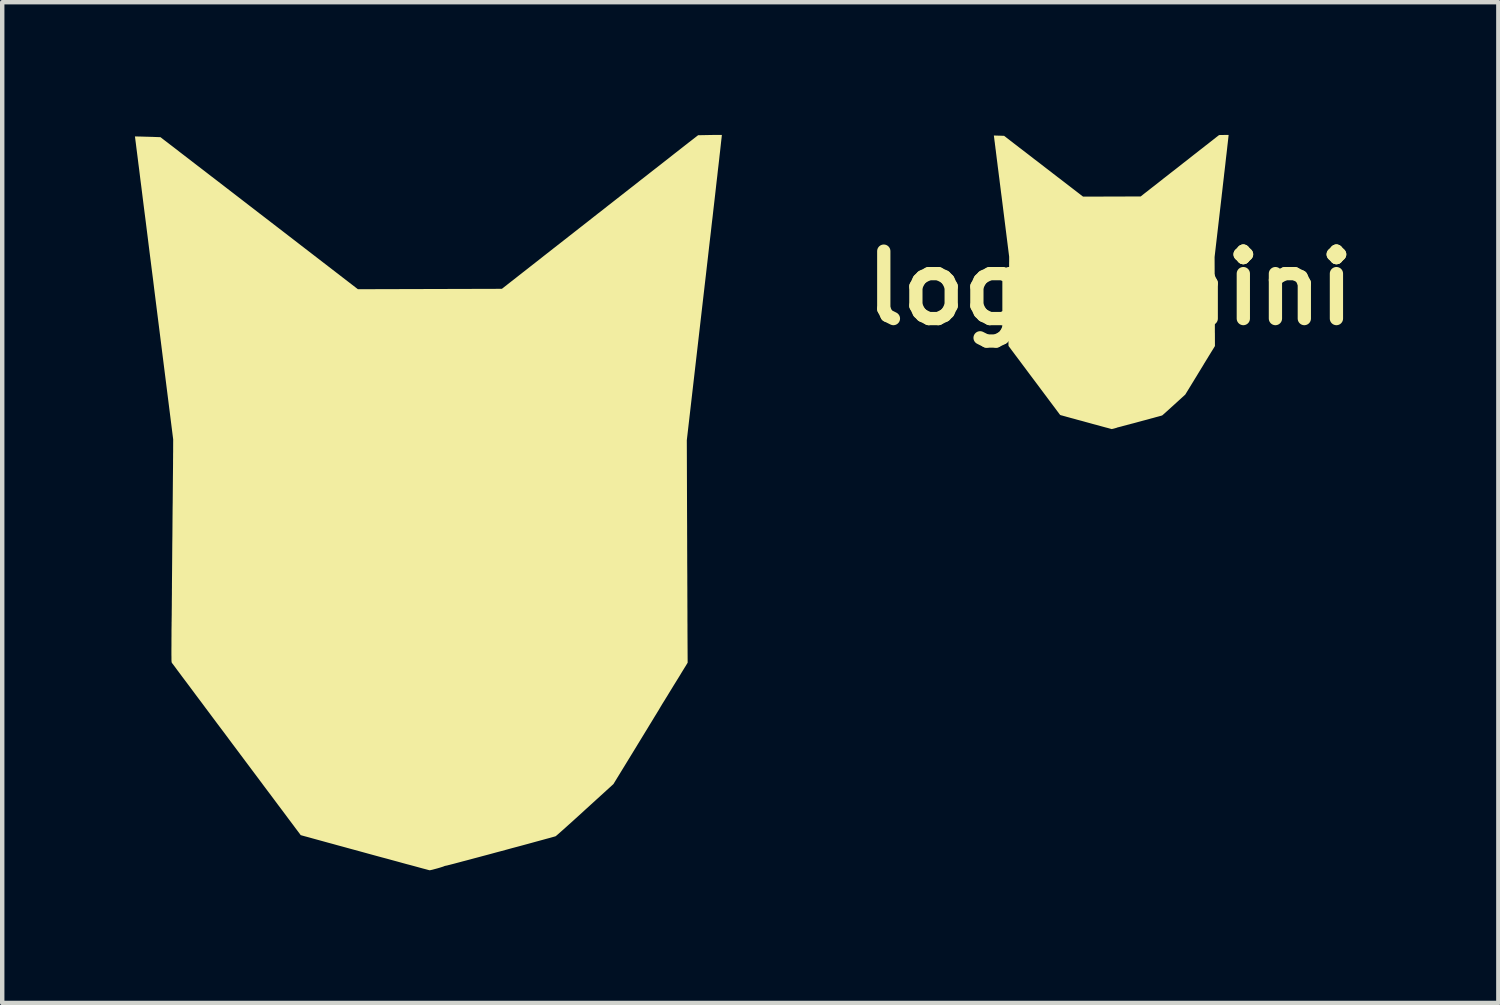
<source format=kicad_pcb>
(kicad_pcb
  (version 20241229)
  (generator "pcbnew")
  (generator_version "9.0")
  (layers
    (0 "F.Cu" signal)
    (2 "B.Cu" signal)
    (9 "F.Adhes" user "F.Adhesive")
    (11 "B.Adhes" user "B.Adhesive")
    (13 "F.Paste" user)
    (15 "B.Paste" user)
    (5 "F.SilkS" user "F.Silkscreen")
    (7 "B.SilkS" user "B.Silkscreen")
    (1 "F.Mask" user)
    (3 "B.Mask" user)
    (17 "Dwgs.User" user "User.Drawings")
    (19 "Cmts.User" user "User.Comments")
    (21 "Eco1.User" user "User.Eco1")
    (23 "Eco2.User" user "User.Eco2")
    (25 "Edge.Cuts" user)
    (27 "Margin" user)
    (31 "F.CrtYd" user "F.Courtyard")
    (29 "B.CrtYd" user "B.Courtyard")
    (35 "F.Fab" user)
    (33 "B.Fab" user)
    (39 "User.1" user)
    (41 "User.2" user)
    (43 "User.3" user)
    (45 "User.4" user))
  (footprint "logo_mini"
    (layer "F.Cu")
    (at 22.045 3.462)
    (property "Reference" "logo_mini" (at 0 0 0) (layer "F.SilkS") (effects (font (size 1.524 1.524) (thickness 0.3))))
    (attr board_only exclude_from_pos_files exclude_from_bom)
    (fp_poly (pts (xy 2.663 -3.462) (xy 2.673 -3.462) (xy 2.678 -3.462) (xy 2.679 -3.461) (xy 2.679 -3.459) (xy 2.678 -3.452) (xy 2.677 -3.439) (xy 2.675 -3.423) (xy 2.673 -3.402) (xy 2.67 -3.377) (xy 2.667 -3.347) (xy 2.663 -3.314) (xy 2.659 -3.277) (xy 2.654 -3.236) (xy 2.649 -3.191) (xy 2.644 -3.143) (xy 2.638 -3.092) (xy 2.632 -3.038) (xy 2.625 -2.981) (xy 2.618 -2.921) (xy 2.611 -2.858) (xy 2.604 -2.793) (xy 2.596 -2.725) (xy 2.588 -2.655) (xy 2.579 -2.582) (xy 2.571 -2.508) (xy 2.562 -2.432) (xy 2.553 -2.354) (xy 2.544 -2.275) (xy 2.535 -2.194) (xy 2.525 -2.112) (xy 2.522 -2.081) (xy 2.362 -0.701) (xy 2.365 0.015) (xy 2.365 0.078) (xy 2.365 0.143) (xy 2.366 0.207) (xy 2.366 0.272) (xy 2.366 0.336) (xy 2.366 0.399) (xy 2.366 0.462) (xy 2.367 0.524) (xy 2.367 0.584) (xy 2.367 0.642) (xy 2.367 0.697) (xy 2.367 0.751) (xy 2.368 0.801) (xy 2.368 0.849) (xy 2.368 0.893) (xy 2.368 0.933) (xy 2.368 0.969) (xy 2.368 1) (xy 2.369 1.021) (xy 2.37 1.311) (xy 2.349 1.345) (xy 2.343 1.355) (xy 2.335 1.368) (xy 2.325 1.384) (xy 2.314 1.402) (xy 2.301 1.423) (xy 2.287 1.445) (xy 2.273 1.468) (xy 2.258 1.493) (xy 2.243 1.517) (xy 2.228 1.541) (xy 2.214 1.565) (xy 2.2 1.588) (xy 2.186 1.61) (xy 2.174 1.63) (xy 2.163 1.647) (xy 2.154 1.663) (xy 2.146 1.675) (xy 2.141 1.684) (xy 2.138 1.689) (xy 2.138 1.689) (xy 2.131 1.699) (xy 2.125 1.709) (xy 2.121 1.716) (xy 2.119 1.72) (xy 2.115 1.727) (xy 2.108 1.739) (xy 2.099 1.753) (xy 2.088 1.772) (xy 2.075 1.793) (xy 2.06 1.817) (xy 2.044 1.844) (xy 2.026 1.873) (xy 2.007 1.904) (xy 1.987 1.937) (xy 1.966 1.972) (xy 1.944 2.008) (xy 1.921 2.045) (xy 1.907 2.068) (xy 1.699 2.408) (xy 1.442 2.642) (xy 1.411 2.67) (xy 1.381 2.697) (xy 1.353 2.723) (xy 1.326 2.747) (xy 1.3 2.771) (xy 1.276 2.792) (xy 1.254 2.812) (xy 1.235 2.829) (xy 1.218 2.844) (xy 1.203 2.857) (xy 1.192 2.867) (xy 1.183 2.874) (xy 1.178 2.878) (xy 1.177 2.879) (xy 1.173 2.881) (xy 1.164 2.883) (xy 1.151 2.887) (xy 1.134 2.892) (xy 1.114 2.897) (xy 1.09 2.904) (xy 1.063 2.911) (xy 1.033 2.919) (xy 1.001 2.928) (xy 0.966 2.938) (xy 0.93 2.947) (xy 0.891 2.958) (xy 0.852 2.969) (xy 0.811 2.98) (xy 0.769 2.991) (xy 0.727 3.002) (xy 0.684 3.014) (xy 0.642 3.025) (xy 0.599 3.037) (xy 0.558 3.048) (xy 0.517 3.059) (xy 0.477 3.069) (xy 0.439 3.08) (xy 0.402 3.089) (xy 0.367 3.099) (xy 0.335 3.107) (xy 0.305 3.115) (xy 0.278 3.122) (xy 0.254 3.129) (xy 0.234 3.134) (xy 0.217 3.138) (xy 0.204 3.142) (xy 0.195 3.144) (xy 0.191 3.145) (xy 0.191 3.145) (xy 0.18 3.147) (xy 0.17 3.149) (xy 0.165 3.152) (xy 0.16 3.154) (xy 0.151 3.157) (xy 0.14 3.161) (xy 0.126 3.165) (xy 0.11 3.169) (xy 0.094 3.174) (xy 0.079 3.178) (xy 0.065 3.181) (xy 0.052 3.184) (xy 0.043 3.186) (xy 0.038 3.187) (xy 0.037 3.187) (xy 0.034 3.187) (xy 0.027 3.185) (xy 0.015 3.182) (xy -0.001 3.177) (xy -0.022 3.172) (xy -0.045 3.165) (xy -0.073 3.158) (xy -0.104 3.15) (xy -0.137 3.141) (xy -0.174 3.131) (xy -0.214 3.12) (xy -0.256 3.108) (xy -0.3 3.096) (xy -0.347 3.084) (xy -0.395 3.071) (xy -0.445 3.057) (xy -0.496 3.043) (xy -0.548 3.029) (xy -0.601 3.014) (xy -0.652 3) (xy -0.702 2.987) (xy -0.75 2.974) (xy -0.796 2.961) (xy -0.84 2.949) (xy -0.882 2.938) (xy -0.921 2.927) (xy -0.958 2.917) (xy -0.991 2.908) (xy -1.022 2.899) (xy -1.049 2.892) (xy -1.072 2.885) (xy -1.092 2.88) (xy -1.108 2.876) (xy -1.119 2.872) (xy -1.126 2.87) (xy -1.129 2.87) (xy -1.129 2.87) (xy -1.13 2.867) (xy -1.135 2.861) (xy -1.142 2.852) (xy -1.152 2.839) (xy -1.164 2.822) (xy -1.179 2.802) (xy -1.196 2.78) (xy -1.215 2.754) (xy -1.236 2.726) (xy -1.259 2.695) (xy -1.284 2.662) (xy -1.31 2.627) (xy -1.338 2.59) (xy -1.368 2.55) (xy -1.398 2.51) (xy -1.43 2.467) (xy -1.462 2.424) (xy -1.496 2.379) (xy -1.53 2.333) (xy -1.565 2.287) (xy -1.6 2.239) (xy -1.636 2.191) (xy -1.672 2.143) (xy -1.708 2.095) (xy -1.745 2.046) (xy -1.781 1.998) (xy -1.817 1.95) (xy -1.852 1.903) (xy -1.887 1.856) (xy -1.921 1.81) (xy -1.955 1.765) (xy -1.988 1.721) (xy -2.02 1.678) (xy -2.05 1.637) (xy -2.08 1.598) (xy -2.108 1.56) (xy -2.135 1.525) (xy -2.16 1.491) (xy -2.183 1.46) (xy -2.204 1.432) (xy -2.224 1.406) (xy -2.241 1.382) (xy -2.256 1.362) (xy -2.269 1.345) (xy -2.279 1.331) (xy -2.287 1.321) (xy -2.292 1.314) (xy -2.294 1.311) (xy -2.294 1.311) (xy -2.295 1.31) (xy -2.296 1.307) (xy -2.296 1.304) (xy -2.297 1.299) (xy -2.297 1.292) (xy -2.297 1.283) (xy -2.298 1.271) (xy -2.298 1.256) (xy -2.298 1.238) (xy -2.298 1.216) (xy -2.298 1.19) (xy -2.298 1.159) (xy -2.298 1.154) (xy -2.298 1.125) (xy -2.298 1.096) (xy -2.297 1.067) (xy -2.297 1.039) (xy -2.297 1.014) (xy -2.297 0.99) (xy -2.297 0.97) (xy -2.296 0.954) (xy -2.296 0.946) (xy -2.296 0.935) (xy -2.296 0.918) (xy -2.296 0.898) (xy -2.295 0.875) (xy -2.295 0.848) (xy -2.295 0.819) (xy -2.295 0.789) (xy -2.294 0.756) (xy -2.294 0.723) (xy -2.294 0.69) (xy -2.294 0.68) (xy -2.294 0.656) (xy -2.293 0.627) (xy -2.293 0.594) (xy -2.293 0.557) (xy -2.292 0.516) (xy -2.292 0.473) (xy -2.292 0.427) (xy -2.291 0.378) (xy -2.291 0.328) (xy -2.29 0.276) (xy -2.29 0.222) (xy -2.289 0.168) (xy -2.289 0.114) (xy -2.288 0.059) (xy -2.288 0.005) (xy -2.288 -0.036) (xy -2.287 -0.088) (xy -2.287 -0.138) (xy -2.286 -0.188) (xy -2.286 -0.237) (xy -2.285 -0.284) (xy -2.285 -0.329) (xy -2.284 -0.373) (xy -2.284 -0.414) (xy -2.284 -0.452) (xy -2.283 -0.488) (xy -2.283 -0.52) (xy -2.283 -0.549) (xy -2.283 -0.574) (xy -2.282 -0.595) (xy -2.282 -0.612) (xy -2.282 -0.624) (xy -2.282 -0.626) (xy -2.282 -0.709) (xy -2.453 -2.069) (xy -2.464 -2.151) (xy -2.474 -2.232) (xy -2.484 -2.311) (xy -2.494 -2.389) (xy -2.503 -2.465) (xy -2.513 -2.54) (xy -2.522 -2.612) (xy -2.531 -2.683) (xy -2.54 -2.751) (xy -2.548 -2.817) (xy -2.556 -2.88) (xy -2.564 -2.941) (xy -2.571 -2.999) (xy -2.578 -3.054) (xy -2.584 -3.106) (xy -2.591 -3.155) (xy -2.596 -3.2) (xy -2.602 -3.242) (xy -2.606 -3.281) (xy -2.611 -3.315) (xy -2.615 -3.346) (xy -2.618 -3.372) (xy -2.621 -3.394) (xy -2.623 -3.412) (xy -2.625 -3.426) (xy -2.626 -3.434) (xy -2.627 -3.438) (xy -2.627 -3.439) (xy -2.628 -3.448) (xy -2.558 -3.447) (xy -2.537 -3.446) (xy -2.514 -3.445) (xy -2.492 -3.445) (xy -2.471 -3.444) (xy -2.453 -3.444) (xy -2.443 -3.443) (xy -2.397 -3.442) (xy -2.359 -3.413) (xy -2.353 -3.408) (xy -2.343 -3.4) (xy -2.329 -3.39) (xy -2.313 -3.377) (xy -2.293 -3.362) (xy -2.271 -3.345) (xy -2.246 -3.325) (xy -2.219 -3.305) (xy -2.19 -3.282) (xy -2.159 -3.258) (xy -2.126 -3.233) (xy -2.092 -3.207) (xy -2.058 -3.18) (xy -2.022 -3.153) (xy -2.001 -3.137) (xy -1.97 -3.113) (xy -1.934 -3.086) (xy -1.896 -3.056) (xy -1.854 -3.024) (xy -1.81 -2.99) (xy -1.763 -2.954) (xy -1.715 -2.916) (xy -1.664 -2.878) (xy -1.612 -2.838) (xy -1.559 -2.797) (xy -1.506 -2.756) (xy -1.452 -2.714) (xy -1.397 -2.672) (xy -1.343 -2.631) (xy -1.29 -2.589) (xy -1.237 -2.549) (xy -1.186 -2.509) (xy -1.146 -2.479) (xy -0.611 -2.067) (xy 0.691 -2.071) (xy 0.772 -2.135) (xy 0.795 -2.153) (xy 0.821 -2.173) (xy 0.85 -2.195) (xy 0.881 -2.22) (xy 0.915 -2.247) (xy 0.951 -2.275) (xy 0.99 -2.305) (xy 1.03 -2.336) (xy 1.072 -2.369) (xy 1.116 -2.404) (xy 1.161 -2.439) (xy 1.207 -2.476) (xy 1.255 -2.513) (xy 1.304 -2.551) (xy 1.353 -2.59) (xy 1.403 -2.629) (xy 1.454 -2.668) (xy 1.505 -2.708) (xy 1.556 -2.748) (xy 1.607 -2.788) (xy 1.657 -2.828) (xy 1.708 -2.867) (xy 1.758 -2.906) (xy 1.807 -2.945) (xy 1.855 -2.983) (xy 1.902 -3.02) (xy 1.949 -3.056) (xy 1.993 -3.091) (xy 2.036 -3.125) (xy 2.078 -3.157) (xy 2.118 -3.188) (xy 2.155 -3.218) (xy 2.191 -3.245) (xy 2.224 -3.271) (xy 2.254 -3.295) (xy 2.282 -3.317) (xy 2.307 -3.336) (xy 2.329 -3.354) (xy 2.348 -3.368) (xy 2.363 -3.38) (xy 2.375 -3.389) (xy 2.383 -3.396) (xy 2.385 -3.398) (xy 2.464 -3.459) (xy 2.571 -3.461) (xy 2.594 -3.461) (xy 2.615 -3.462) (xy 2.634 -3.462) (xy 2.65 -3.462)) (stroke (width 0) (type solid)) (fill yes) (layer "F.SilkS")))
  (footprint "logo"
    (layer "F.Cu")
    (at 6.57 8.655)
    (property "Reference" "logo" (at 0 0 0) (layer "F.SilkS") (effects (font (size 1.524 1.524) (thickness 0.3))))
    (attr board_only exclude_from_pos_files exclude_from_bom)
    (fp_poly (pts (xy 6.658 -8.655) (xy 6.682 -8.655) (xy 6.696 -8.654) (xy 6.698 -8.654) (xy 6.698 -8.647) (xy 6.696 -8.629) (xy 6.693 -8.599) (xy 6.688 -8.557) (xy 6.682 -8.505) (xy 6.675 -8.441) (xy 6.667 -8.368) (xy 6.658 -8.285) (xy 6.647 -8.192) (xy 6.636 -8.089) (xy 6.623 -7.978) (xy 6.609 -7.859) (xy 6.595 -7.731) (xy 6.579 -7.595) (xy 6.563 -7.452) (xy 6.546 -7.302) (xy 6.528 -7.145) (xy 6.509 -6.981) (xy 6.49 -6.812) (xy 6.469 -6.637) (xy 6.449 -6.456) (xy 6.427 -6.271) (xy 6.405 -6.08) (xy 6.383 -5.886) (xy 6.36 -5.687) (xy 6.337 -5.485) (xy 6.313 -5.28) (xy 6.304 -5.202) (xy 5.906 -1.753) (xy 5.912 0.037) (xy 5.913 0.196) (xy 5.913 0.356) (xy 5.914 0.518) (xy 5.914 0.679) (xy 5.915 0.839) (xy 5.915 0.999) (xy 5.916 1.155) (xy 5.917 1.309) (xy 5.917 1.459) (xy 5.918 1.604) (xy 5.918 1.744) (xy 5.919 1.877) (xy 5.919 2.003) (xy 5.92 2.122) (xy 5.92 2.231) (xy 5.92 2.331) (xy 5.921 2.421) (xy 5.921 2.5) (xy 5.921 2.552) (xy 5.925 3.276) (xy 5.873 3.362) (xy 5.857 3.387) (xy 5.837 3.42) (xy 5.812 3.46) (xy 5.784 3.506) (xy 5.753 3.558) (xy 5.719 3.613) (xy 5.683 3.671) (xy 5.646 3.731) (xy 5.608 3.792) (xy 5.571 3.853) (xy 5.534 3.913) (xy 5.499 3.97) (xy 5.466 4.025) (xy 5.435 4.074) (xy 5.408 4.119) (xy 5.384 4.157) (xy 5.365 4.187) (xy 5.352 4.209) (xy 5.344 4.221) (xy 5.344 4.222) (xy 5.329 4.247) (xy 5.313 4.273) (xy 5.303 4.291) (xy 5.298 4.299) (xy 5.287 4.318) (xy 5.27 4.347) (xy 5.247 4.384) (xy 5.22 4.429) (xy 5.187 4.482) (xy 5.15 4.543) (xy 5.11 4.609) (xy 5.065 4.682) (xy 5.018 4.76) (xy 4.967 4.843) (xy 4.914 4.93) (xy 4.859 5.02) (xy 4.802 5.113) (xy 4.767 5.171) (xy 4.247 6.02) (xy 3.604 6.605) (xy 3.528 6.675) (xy 3.453 6.743) (xy 3.382 6.807) (xy 3.314 6.869) (xy 3.25 6.926) (xy 3.19 6.98) (xy 3.136 7.029) (xy 3.087 7.072) (xy 3.044 7.11) (xy 3.008 7.142) (xy 2.979 7.167) (xy 2.958 7.185) (xy 2.945 7.196) (xy 2.942 7.198) (xy 2.931 7.202) (xy 2.91 7.208) (xy 2.878 7.217) (xy 2.836 7.229) (xy 2.785 7.243) (xy 2.725 7.259) (xy 2.657 7.278) (xy 2.583 7.298) (xy 2.502 7.32) (xy 2.415 7.344) (xy 2.324 7.369) (xy 2.228 7.395) (xy 2.129 7.422) (xy 2.027 7.449) (xy 1.922 7.477) (xy 1.817 7.506) (xy 1.71 7.535) (xy 1.604 7.563) (xy 1.498 7.592) (xy 1.394 7.62) (xy 1.292 7.647) (xy 1.192 7.674) (xy 1.097 7.699) (xy 1.005 7.724) (xy 0.918 7.747) (xy 0.837 7.768) (xy 0.763 7.788) (xy 0.695 7.806) (xy 0.635 7.822) (xy 0.584 7.835) (xy 0.542 7.846) (xy 0.509 7.854) (xy 0.488 7.86) (xy 0.477 7.862) (xy 0.477 7.862) (xy 0.45 7.867) (xy 0.425 7.874) (xy 0.411 7.88) (xy 0.4 7.885) (xy 0.378 7.892) (xy 0.349 7.901) (xy 0.314 7.912) (xy 0.276 7.923) (xy 0.236 7.934) (xy 0.198 7.944) (xy 0.162 7.954) (xy 0.131 7.961) (xy 0.108 7.966) (xy 0.094 7.968) (xy 0.093 7.968) (xy 0.085 7.967) (xy 0.066 7.962) (xy 0.037 7.954) (xy -0.004 7.943) (xy -0.054 7.93) (xy -0.113 7.914) (xy -0.182 7.895) (xy -0.259 7.874) (xy -0.344 7.851) (xy -0.436 7.827) (xy -0.534 7.8) (xy -0.639 7.771) (xy -0.75 7.741) (xy -0.866 7.709) (xy -0.987 7.677) (xy -1.112 7.643) (xy -1.24 7.608) (xy -1.371 7.572) (xy -1.502 7.536) (xy -1.63 7.501) (xy -1.755 7.467) (xy -1.875 7.434) (xy -1.99 7.403) (xy -2.101 7.372) (xy -2.205 7.344) (xy -2.303 7.317) (xy -2.394 7.292) (xy -2.478 7.269) (xy -2.554 7.248) (xy -2.622 7.229) (xy -2.68 7.213) (xy -2.73 7.2) (xy -2.769 7.189) (xy -2.798 7.181) (xy -2.815 7.176) (xy -2.822 7.174) (xy -2.822 7.174) (xy -2.826 7.169) (xy -2.837 7.154) (xy -2.855 7.129) (xy -2.88 7.096) (xy -2.911 7.055) (xy -2.948 7.006) (xy -2.99 6.949) (xy -3.038 6.885) (xy -3.091 6.815) (xy -3.148 6.738) (xy -3.21 6.655) (xy -3.276 6.567) (xy -3.346 6.474) (xy -3.419 6.376) (xy -3.495 6.274) (xy -3.574 6.169) (xy -3.656 6.06) (xy -3.74 5.947) (xy -3.825 5.833) (xy -3.913 5.716) (xy -4.001 5.598) (xy -4.091 5.478) (xy -4.181 5.358) (xy -4.271 5.237) (xy -4.362 5.116) (xy -4.452 4.995) (xy -4.541 4.875) (xy -4.63 4.757) (xy -4.718 4.64) (xy -4.804 4.525) (xy -4.888 4.412) (xy -4.97 4.303) (xy -5.049 4.196) (xy -5.126 4.094) (xy -5.2 3.995) (xy -5.27 3.901) (xy -5.336 3.812) (xy -5.399 3.728) (xy -5.457 3.651) (xy -5.511 3.579) (xy -5.559 3.514) (xy -5.603 3.456) (xy -5.64 3.405) (xy -5.672 3.362) (xy -5.698 3.328) (xy -5.717 3.302) (xy -5.73 3.286) (xy -5.735 3.278) (xy -5.735 3.278) (xy -5.737 3.274) (xy -5.739 3.268) (xy -5.741 3.259) (xy -5.742 3.247) (xy -5.743 3.23) (xy -5.744 3.207) (xy -5.744 3.177) (xy -5.744 3.141) (xy -5.745 3.095) (xy -5.745 3.04) (xy -5.745 2.975) (xy -5.744 2.898) (xy -5.744 2.886) (xy -5.744 2.813) (xy -5.744 2.74) (xy -5.743 2.668) (xy -5.743 2.598) (xy -5.743 2.534) (xy -5.742 2.476) (xy -5.741 2.426) (xy -5.741 2.385) (xy -5.741 2.366) (xy -5.74 2.337) (xy -5.74 2.296) (xy -5.739 2.246) (xy -5.738 2.187) (xy -5.738 2.121) (xy -5.737 2.049) (xy -5.736 1.971) (xy -5.736 1.891) (xy -5.735 1.808) (xy -5.734 1.724) (xy -5.734 1.7) (xy -5.734 1.639) (xy -5.733 1.567) (xy -5.733 1.484) (xy -5.732 1.392) (xy -5.731 1.291) (xy -5.73 1.182) (xy -5.729 1.066) (xy -5.728 0.945) (xy -5.727 0.819) (xy -5.726 0.689) (xy -5.725 0.556) (xy -5.723 0.421) (xy -5.722 0.285) (xy -5.721 0.149) (xy -5.72 0.014) (xy -5.719 -0.091) (xy -5.718 -0.219) (xy -5.716 -0.346) (xy -5.715 -0.47) (xy -5.714 -0.592) (xy -5.713 -0.71) (xy -5.712 -0.824) (xy -5.711 -0.932) (xy -5.71 -1.035) (xy -5.709 -1.131) (xy -5.708 -1.22) (xy -5.708 -1.301) (xy -5.707 -1.373) (xy -5.707 -1.436) (xy -5.706 -1.488) (xy -5.706 -1.53) (xy -5.706 -1.56) (xy -5.706 -1.566) (xy -5.705 -1.772) (xy -6.134 -5.172) (xy -6.159 -5.377) (xy -6.185 -5.579) (xy -6.21 -5.777) (xy -6.235 -5.972) (xy -6.259 -6.163) (xy -6.282 -6.349) (xy -6.305 -6.531) (xy -6.327 -6.707) (xy -6.349 -6.877) (xy -6.37 -7.042) (xy -6.39 -7.201) (xy -6.409 -7.353) (xy -6.427 -7.498) (xy -6.445 -7.635) (xy -6.461 -7.765) (xy -6.476 -7.887) (xy -6.491 -8.001) (xy -6.504 -8.106) (xy -6.516 -8.201) (xy -6.527 -8.288) (xy -6.537 -8.364) (xy -6.545 -8.43) (xy -6.552 -8.486) (xy -6.558 -8.531) (xy -6.562 -8.564) (xy -6.565 -8.586) (xy -6.566 -8.596) (xy -6.566 -8.596) (xy -6.57 -8.621) (xy -6.396 -8.617) (xy -6.343 -8.615) (xy -6.286 -8.614) (xy -6.23 -8.612) (xy -6.177 -8.611) (xy -6.132 -8.609) (xy -6.107 -8.608) (xy -5.992 -8.604) (xy -5.898 -8.531) (xy -5.882 -8.519) (xy -5.857 -8.5) (xy -5.824 -8.475) (xy -5.782 -8.442) (xy -5.733 -8.405) (xy -5.677 -8.362) (xy -5.615 -8.314) (xy -5.547 -8.261) (xy -5.474 -8.205) (xy -5.397 -8.146) (xy -5.315 -8.083) (xy -5.231 -8.018) (xy -5.144 -7.951) (xy -5.055 -7.883) (xy -5.003 -7.843) (xy -4.924 -7.782) (xy -4.836 -7.714) (xy -4.739 -7.64) (xy -4.635 -7.56) (xy -4.525 -7.475) (xy -4.408 -7.385) (xy -4.286 -7.291) (xy -4.16 -7.194) (xy -4.031 -7.094) (xy -3.899 -6.993) (xy -3.765 -6.889) (xy -3.629 -6.785) (xy -3.494 -6.681) (xy -3.359 -6.577) (xy -3.225 -6.474) (xy -3.093 -6.372) (xy -2.964 -6.273) (xy -2.866 -6.197) (xy -1.529 -5.167) (xy 1.726 -5.176) (xy 1.93 -5.336) (xy 1.988 -5.381) (xy 2.053 -5.432) (xy 2.125 -5.489) (xy 2.203 -5.55) (xy 2.288 -5.616) (xy 2.378 -5.687) (xy 2.474 -5.762) (xy 2.575 -5.841) (xy 2.68 -5.924) (xy 2.789 -6.009) (xy 2.902 -6.098) (xy 3.019 -6.189) (xy 3.138 -6.282) (xy 3.259 -6.377) (xy 3.383 -6.474) (xy 3.508 -6.572) (xy 3.635 -6.671) (xy 3.762 -6.771) (xy 3.889 -6.871) (xy 4.017 -6.97) (xy 4.143 -7.07) (xy 4.269 -7.168) (xy 4.394 -7.266) (xy 4.517 -7.362) (xy 4.638 -7.457) (xy 4.756 -7.549) (xy 4.871 -7.64) (xy 4.983 -7.727) (xy 5.091 -7.812) (xy 5.195 -7.893) (xy 5.294 -7.97) (xy 5.388 -8.044) (xy 5.477 -8.113) (xy 5.559 -8.178) (xy 5.635 -8.238) (xy 5.705 -8.292) (xy 5.767 -8.341) (xy 5.822 -8.384) (xy 5.869 -8.421) (xy 5.908 -8.451) (xy 5.937 -8.474) (xy 5.957 -8.49) (xy 5.963 -8.494) (xy 6.161 -8.648) (xy 6.428 -8.653) (xy 6.484 -8.654) (xy 6.537 -8.654) (xy 6.584 -8.655) (xy 6.625 -8.655)) (stroke (width 0) (type solid)) (fill yes) (layer "F.SilkS")))
  (gr_rect
    (start -3 -3)
    (end 30.822 19.623)
    (stroke (width 0.1) (type default))
    (fill no)
    (layer "Edge.Cuts")))
</source>
